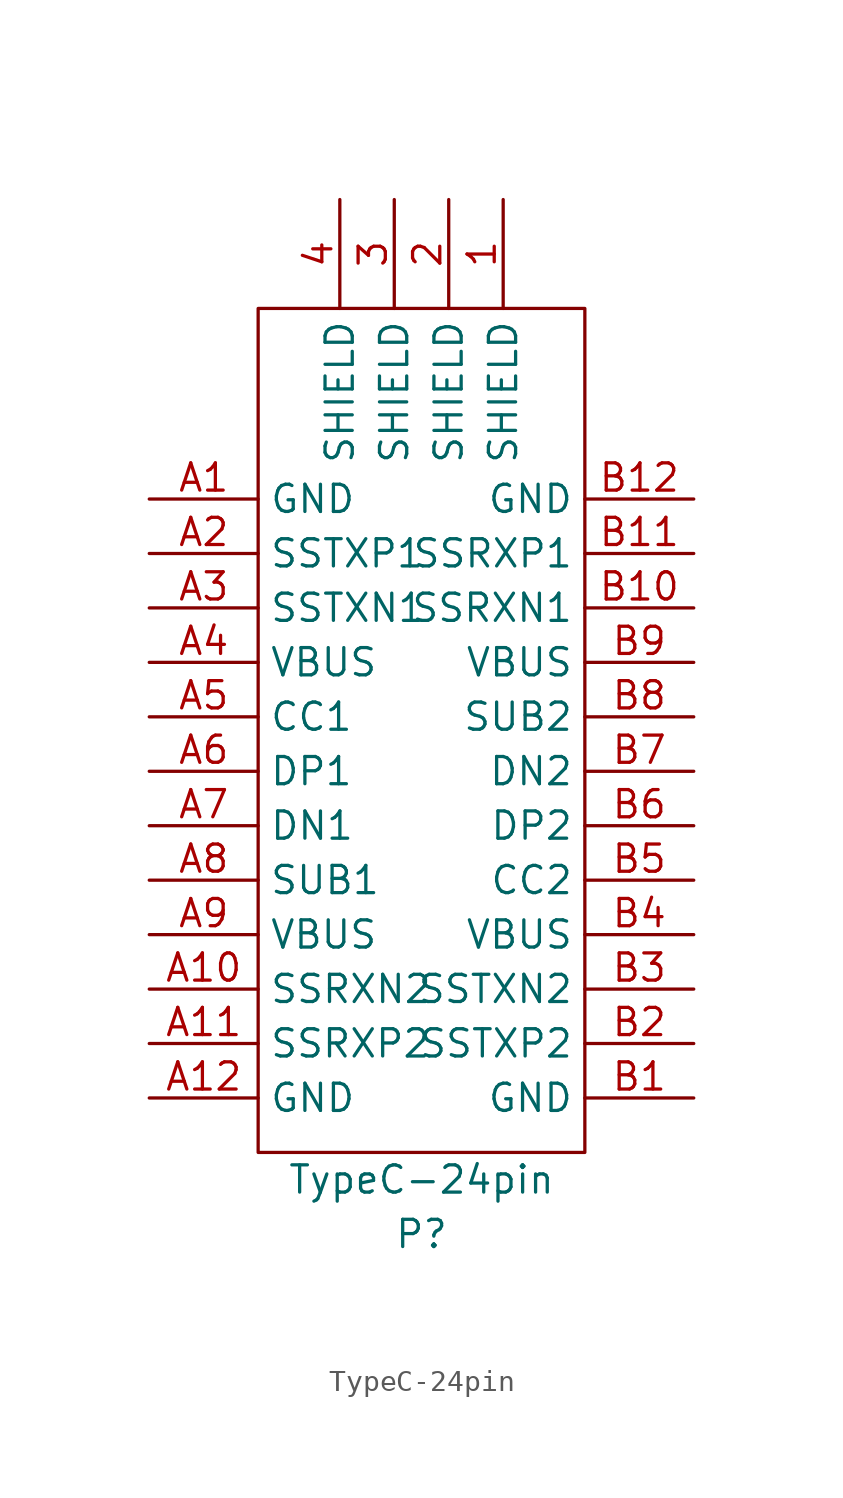
<source format=kicad_sym>
(kicad_symbol_lib
  (version 20211014)
  (generator kicad_symbol_editor)
  (symbol "TypeC-24pin"
    (property "Reference" "P"
      (at 7.62 -43.18 0)
      (effects (font (size 1.27 1.27))))
    (property "Value" "TypeC-24pin"
      (at 7.62 -40.64 0)
      (effects (font (size 1.27 1.27))))
    (symbol "TypeC-24pin_0_1"
      (rectangle (start 0 0) (end 15.24 -39.37) (stroke (width 0) (type default) (color 0 0 0 0)) (fill (type none))))
    (symbol "TypeC-24pin_1_1"
      (pin bidirectional line (at 11.43 5.08 270) (length 5.08) (name "SHIELD" (effects (font (size 1.27 1.27)))) (number "1" (effects (font (size 1.27 1.27)))))
      (pin bidirectional line (at 8.89 5.08 270) (length 5.08) (name "SHIELD" (effects (font (size 1.27 1.27)))) (number "2" (effects (font (size 1.27 1.27)))))
      (pin bidirectional line (at 6.35 5.08 270) (length 5.08) (name "SHIELD" (effects (font (size 1.27 1.27)))) (number "3" (effects (font (size 1.27 1.27)))))
      (pin bidirectional line (at 3.81 5.08 270) (length 5.08) (name "SHIELD" (effects (font (size 1.27 1.27)))) (number "4" (effects (font (size 1.27 1.27)))))
      (pin bidirectional line (at -5.08 -8.89 0) (length 5.08) (name "GND" (effects (font (size 1.27 1.27)))) (number "A1" (effects (font (size 1.27 1.27)))))
      (pin bidirectional line (at -5.08 -31.75 0) (length 5.08) (name "SSRXN2" (effects (font (size 1.27 1.27)))) (number "A10" (effects (font (size 1.27 1.27)))))
      (pin bidirectional line (at -5.08 -34.29 0) (length 5.08) (name "SSRXP2" (effects (font (size 1.27 1.27)))) (number "A11" (effects (font (size 1.27 1.27)))))
      (pin bidirectional line (at -5.08 -36.83 0) (length 5.08) (name "GND" (effects (font (size 1.27 1.27)))) (number "A12" (effects (font (size 1.27 1.27)))))
      (pin bidirectional line (at -5.08 -11.43 0) (length 5.08) (name "SSTXP1" (effects (font (size 1.27 1.27)))) (number "A2" (effects (font (size 1.27 1.27)))))
      (pin bidirectional line (at -5.08 -13.97 0) (length 5.08) (name "SSTXN1" (effects (font (size 1.27 1.27)))) (number "A3" (effects (font (size 1.27 1.27)))))
      (pin bidirectional line (at -5.08 -16.51 0) (length 5.08) (name "VBUS" (effects (font (size 1.27 1.27)))) (number "A4" (effects (font (size 1.27 1.27)))))
      (pin bidirectional line (at -5.08 -19.05 0) (length 5.08) (name "CC1" (effects (font (size 1.27 1.27)))) (number "A5" (effects (font (size 1.27 1.27)))))
      (pin bidirectional line (at -5.08 -21.59 0) (length 5.08) (name "DP1" (effects (font (size 1.27 1.27)))) (number "A6" (effects (font (size 1.27 1.27)))))
      (pin bidirectional line (at -5.08 -24.13 0) (length 5.08) (name "DN1" (effects (font (size 1.27 1.27)))) (number "A7" (effects (font (size 1.27 1.27)))))
      (pin bidirectional line (at -5.08 -26.67 0) (length 5.08) (name "SUB1" (effects (font (size 1.27 1.27)))) (number "A8" (effects (font (size 1.27 1.27)))))
      (pin bidirectional line (at -5.08 -29.21 0) (length 5.08) (name "VBUS" (effects (font (size 1.27 1.27)))) (number "A9" (effects (font (size 1.27 1.27)))))
      (pin bidirectional line (at 20.32 -36.83 180) (length 5.08) (name "GND" (effects (font (size 1.27 1.27)))) (number "B1" (effects (font (size 1.27 1.27)))))
      (pin bidirectional line (at 20.32 -13.97 180) (length 5.08) (name "SSRXN1" (effects (font (size 1.27 1.27)))) (number "B10" (effects (font (size 1.27 1.27)))))
      (pin bidirectional line (at 20.32 -11.43 180) (length 5.08) (name "SSRXP1" (effects (font (size 1.27 1.27)))) (number "B11" (effects (font (size 1.27 1.27)))))
      (pin bidirectional line (at 20.32 -8.89 180) (length 5.08) (name "GND" (effects (font (size 1.27 1.27)))) (number "B12" (effects (font (size 1.27 1.27)))))
      (pin bidirectional line (at 20.32 -34.29 180) (length 5.08) (name "SSTXP2" (effects (font (size 1.27 1.27)))) (number "B2" (effects (font (size 1.27 1.27)))))
      (pin bidirectional line (at 20.32 -31.75 180) (length 5.08) (name "SSTXN2" (effects (font (size 1.27 1.27)))) (number "B3" (effects (font (size 1.27 1.27)))))
      (pin bidirectional line (at 20.32 -29.21 180) (length 5.08) (name "VBUS" (effects (font (size 1.27 1.27)))) (number "B4" (effects (font (size 1.27 1.27)))))
      (pin bidirectional line (at 20.32 -26.67 180) (length 5.08) (name "CC2" (effects (font (size 1.27 1.27)))) (number "B5" (effects (font (size 1.27 1.27)))))
      (pin bidirectional line (at 20.32 -24.13 180) (length 5.08) (name "DP2" (effects (font (size 1.27 1.27)))) (number "B6" (effects (font (size 1.27 1.27)))))
      (pin bidirectional line (at 20.32 -21.59 180) (length 5.08) (name "DN2" (effects (font (size 1.27 1.27)))) (number "B7" (effects (font (size 1.27 1.27)))))
      (pin bidirectional line (at 20.32 -19.05 180) (length 5.08) (name "SUB2" (effects (font (size 1.27 1.27)))) (number "B8" (effects (font (size 1.27 1.27)))))
      (pin bidirectional line (at 20.32 -16.51 180) (length 5.08) (name "VBUS" (effects (font (size 1.27 1.27)))) (number "B9" (effects (font (size 1.27 1.27))))))))
</source>
